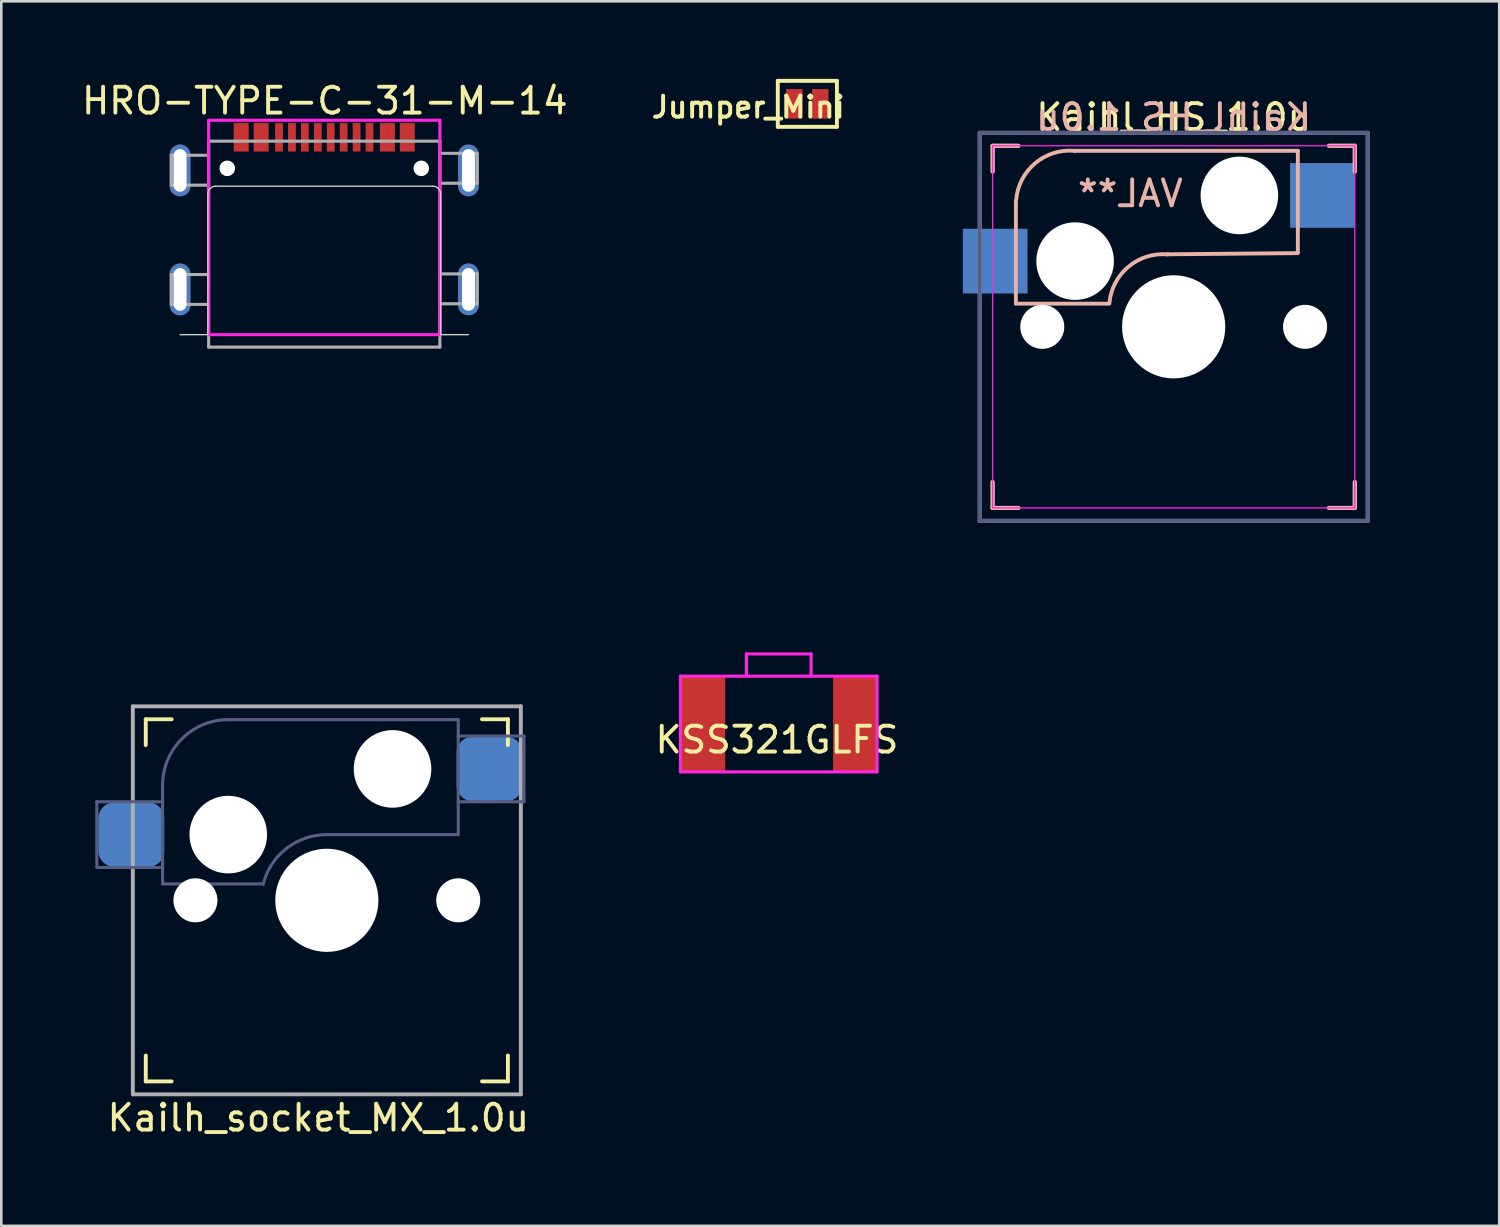
<source format=kicad_pcb>
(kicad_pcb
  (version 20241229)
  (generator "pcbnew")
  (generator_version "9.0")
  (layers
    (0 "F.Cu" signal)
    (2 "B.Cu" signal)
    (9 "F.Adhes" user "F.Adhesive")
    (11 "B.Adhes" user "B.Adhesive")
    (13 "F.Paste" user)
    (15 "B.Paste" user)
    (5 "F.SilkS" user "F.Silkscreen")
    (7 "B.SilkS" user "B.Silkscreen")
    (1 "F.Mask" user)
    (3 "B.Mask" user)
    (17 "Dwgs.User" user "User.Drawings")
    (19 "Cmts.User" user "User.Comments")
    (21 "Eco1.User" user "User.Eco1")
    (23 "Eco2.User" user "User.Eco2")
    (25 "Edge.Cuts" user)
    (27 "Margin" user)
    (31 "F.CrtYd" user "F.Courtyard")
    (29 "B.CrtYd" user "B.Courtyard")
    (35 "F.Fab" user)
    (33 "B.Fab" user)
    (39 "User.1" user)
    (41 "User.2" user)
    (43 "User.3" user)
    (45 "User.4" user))
  (footprint "Kailh_socket_MX_1.0u"
    (layer "F.Cu")
    (at 9.585 31.755)
    (property "Reference" "Kailh_socket_MX_1.0u" (at -0.33 8.41 180) (layer "F.SilkS") (effects (font (size 1 1) (thickness 0.15))))
    (attr through_hole)
    (fp_line (start -7 -7) (end -6 -7) (stroke (width 0.15) (type solid)) (layer "F.SilkS"))
    (fp_line (start -7 -6) (end -7 -7) (stroke (width 0.15) (type solid)) (layer "F.SilkS"))
    (fp_line (start -7 7) (end -7 6) (stroke (width 0.15) (type solid)) (layer "F.SilkS"))
    (fp_line (start -6 7) (end -7 7) (stroke (width 0.15) (type solid)) (layer "F.SilkS"))
    (fp_line (start 6 -7) (end 7 -7) (stroke (width 0.15) (type solid)) (layer "F.SilkS"))
    (fp_line (start 7 -7) (end 7 -6) (stroke (width 0.15) (type solid)) (layer "F.SilkS"))
    (fp_line (start 7 6) (end 7 7) (stroke (width 0.15) (type solid)) (layer "F.SilkS"))
    (fp_line (start 7 7) (end 6 7) (stroke (width 0.15) (type solid)) (layer "F.SilkS"))
    (fp_line (start -7 7) (end -7 -7) (stroke (width 0.1) (type solid)) (layer "Eco1.User"))
    (fp_line (start 7 -7) (end -7 -7) (stroke (width 0.1) (type solid)) (layer "Eco1.User"))
    (fp_line (start 7 7) (end -7 7) (stroke (width 0.1) (type solid)) (layer "Eco1.User"))
    (fp_line (start 7 7) (end 7 -7) (stroke (width 0.1) (type solid)) (layer "Eco1.User"))
    (fp_line (start -9.525 -9.525) (end 9.525 -9.525) (stroke (width 0.12) (type solid)) (layer "Eco2.User"))
    (fp_line (start -9.525 9.525) (end -9.525 -9.525) (stroke (width 0.12) (type solid)) (layer "Eco2.User"))
    (fp_line (start -0.8 4.25) (end 0.8 4.25) (stroke (width 0.12) (type solid)) (layer "Eco2.User"))
    (fp_line (start -0.8 5.85) (end -0.8 4.25) (stroke (width 0.12) (type solid)) (layer "Eco2.User"))
    (fp_line (start 0.8 4.25) (end 0.8 5.85) (stroke (width 0.12) (type solid)) (layer "Eco2.User"))
    (fp_line (start 0.8 5.85) (end -0.8 5.85) (stroke (width 0.12) (type solid)) (layer "Eco2.User"))
    (fp_line (start 9.525 -9.525) (end 9.525 9.525) (stroke (width 0.12) (type solid)) (layer "Eco2.User"))
    (fp_line (start 9.525 9.525) (end -9.525 9.525) (stroke (width 0.12) (type solid)) (layer "Eco2.User"))
    (fp_line (start -8.89 -3.81) (end -8.89 -1.27) (stroke (width 0.12) (type solid)) (layer "B.Fab"))
    (fp_line (start -8.89 -1.27) (end -6.35 -1.27) (stroke (width 0.12) (type solid)) (layer "B.Fab"))
    (fp_line (start -6.35 -4.445) (end -6.35 -0.635) (stroke (width 0.12) (type solid)) (layer "B.Fab"))
    (fp_line (start -6.35 -3.81) (end -8.89 -3.81) (stroke (width 0.12) (type solid)) (layer "B.Fab"))
    (fp_line (start -6.35 -0.635) (end -2.54 -0.635) (stroke (width 0.12) (type solid)) (layer "B.Fab"))
    (fp_line (start 0 -2.54) (end 5.08 -2.54) (stroke (width 0.12) (type solid)) (layer "B.Fab"))
    (fp_line (start 5.08 -6.985) (end -3.81 -6.985) (stroke (width 0.12) (type solid)) (layer "B.Fab"))
    (fp_line (start 5.08 -3.81) (end 7.62 -3.81) (stroke (width 0.12) (type solid)) (layer "B.Fab"))
    (fp_line (start 5.08 -2.54) (end 5.08 -6.985) (stroke (width 0.12) (type solid)) (layer "B.Fab"))
    (fp_line (start 7.62 -6.35) (end 5.08 -6.35) (stroke (width 0.12) (type solid)) (layer "B.Fab"))
    (fp_line (start 7.62 -3.81) (end 7.62 -6.35) (stroke (width 0.12) (type solid)) (layer "B.Fab"))
    (fp_arc (start -6.35 -4.445) (mid -5.606051 -6.241051) (end -3.81 -6.985) (stroke (width 0.12) (type solid)) (layer "B.Fab"))
    (fp_arc (start -2.464162 -0.61604) (mid -1.563147 -2.002042) (end 0 -2.54) (stroke (width 0.12) (type solid)) (layer "B.Fab"))
    (fp_line (start -7.5 -7.5) (end 7.5 -7.5) (stroke (width 0.15) (type solid)) (layer "F.Fab"))
    (fp_line (start -7.5 7.5) (end -7.5 -7.5) (stroke (width 0.15) (type solid)) (layer "F.Fab"))
    (fp_line (start 7.5 -7.5) (end 7.5 7.5) (stroke (width 0.15) (type solid)) (layer "F.Fab"))
    (fp_line (start 7.5 7.5) (end -7.5 7.5) (stroke (width 0.15) (type solid)) (layer "F.Fab"))
    (pad "" np_thru_hole circle (at -5.08 0 180) (size 1.702 1.702) (drill 1.702) (layers "*.Cu" "*.Mask"))
    (pad "" np_thru_hole circle (at -3.81 -2.54 153.5) (size 3 3) (drill 3) (layers "*.Cu" "*.Mask"))
    (pad "" np_thru_hole circle (at 0 0 180) (size 3.988 3.988) (drill 3.988) (layers "*.Cu" "*.Mask"))
    (pad "" np_thru_hole circle (at 2.54 -5.08 206.5) (size 3 3) (drill 3) (layers "*.Cu" "*.Mask"))
    (pad "" np_thru_hole circle (at 5.08 0 180) (size 1.702 1.702) (drill 1.702) (layers "*.Cu" "*.Mask"))
    (pad "1" smd roundrect (at 6.29 -5.08 180) (size 2.55 2.5) (layers "B.Cu" "B.Mask" "B.Paste") (roundrect_rratio 0.25))
    (pad "2" smd roundrect (at -7.56 -2.54 180) (size 2.55 2.5) (layers "B.Cu" "B.Mask" "B.Paste") (roundrect_rratio 0.25)))
  (footprint "HRO-TYPE-C-31-M-14"
    (layer "F.Cu")
    (at 9.486 3.458)
    (property "Reference" "HRO-TYPE-C-31-M-14" (at 0.02 -2.61 180) (layer "F.SilkS") (effects (font (size 1 1) (thickness 0.15))))
    (attr exclude_from_pos_files exclude_from_bom)
    (fp_line (start -4.5 0.99) (end -4.5 6.43) (stroke (width 0.05) (type solid)) (layer "Edge.Cuts"))
    (fp_line (start -4.5 6.43) (end -5.575 6.43) (stroke (width 0.05) (type solid)) (layer "Edge.Cuts"))
    (fp_line (start -4.2 0.69) (end 4.2 0.69) (stroke (width 0.05) (type solid)) (layer "Edge.Cuts"))
    (fp_line (start 4.5 0.99) (end 4.5 6.43) (stroke (width 0.05) (type solid)) (layer "Edge.Cuts"))
    (fp_line (start 5.575 6.43) (end 4.5 6.43) (stroke (width 0.05) (type solid)) (layer "Edge.Cuts"))
    (fp_arc (start -4.5 0.99) (mid -4.412132 0.777868) (end -4.2 0.69) (stroke (width 0.05) (type solid)) (layer "Edge.Cuts"))
    (fp_arc (start 4.2 0.69) (mid 4.412132 0.777868) (end 4.5 0.99) (stroke (width 0.05) (type solid)) (layer "Edge.Cuts"))
    (fp_line (start -4.47 -1.86) (end -4.47 6.43) (stroke (width 0.12) (type solid)) (layer "F.CrtYd"))
    (fp_line (start -4.47 6.43) (end 4.47 6.43) (stroke (width 0.12) (type solid)) (layer "F.CrtYd"))
    (fp_line (start 4.47 -1.86) (end -4.47 -1.86) (stroke (width 0.12) (type solid)) (layer "F.CrtYd"))
    (fp_line (start 4.47 -1.86) (end 4.47 6.43) (stroke (width 0.12) (type solid)) (layer "F.CrtYd"))
    (fp_line (start -5.91 -0.505) (end -5.91 0.65) (stroke (width 0.12) (type solid)) (layer "F.Fab"))
    (fp_line (start -5.91 4.105) (end -5.91 5.26) (stroke (width 0.12) (type solid)) (layer "F.Fab"))
    (fp_line (start -4.47 -0.505) (end -5.91 -0.505) (stroke (width 0.12) (type solid)) (layer "F.Fab"))
    (fp_line (start -4.47 0.65) (end -5.91 0.65) (stroke (width 0.12) (type solid)) (layer "F.Fab"))
    (fp_line (start -4.47 4.105) (end -5.91 4.105) (stroke (width 0.12) (type solid)) (layer "F.Fab"))
    (fp_line (start -4.47 5.26) (end -5.91 5.26) (stroke (width 0.12) (type solid)) (layer "F.Fab"))
    (fp_line (start -4.47 6.91) (end -4.47 -1.05) (stroke (width 0.12) (type solid)) (layer "F.Fab"))
    (fp_line (start -4.47 6.91) (end 4.47 6.91) (stroke (width 0.12) (type solid)) (layer "F.Fab"))
    (fp_line (start 4.47 -1.05) (end -4.47 -1.05) (stroke (width 0.12) (type solid)) (layer "F.Fab"))
    (fp_line (start 4.47 -0.58) (end 5.91 -0.58) (stroke (width 0.12) (type solid)) (layer "F.Fab"))
    (fp_line (start 4.47 0.575) (end 5.91 0.575) (stroke (width 0.12) (type solid)) (layer "F.Fab"))
    (fp_line (start 4.47 4.08) (end 5.91 4.08) (stroke (width 0.12) (type solid)) (layer "F.Fab"))
    (fp_line (start 4.47 5.235) (end 5.91 5.235) (stroke (width 0.12) (type solid)) (layer "F.Fab"))
    (fp_line (start 4.47 6.91) (end 4.47 -1.05) (stroke (width 0.12) (type solid)) (layer "F.Fab"))
    (fp_line (start 5.91 0.575) (end 5.91 -0.58) (stroke (width 0.12) (type solid)) (layer "F.Fab"))
    (fp_line (start 5.91 5.235) (end 5.91 4.08) (stroke (width 0.12) (type solid)) (layer "F.Fab"))
    (pad "" np_thru_hole circle (at -3.75 0) (size 0.6 0.6) (drill 0.6) (layers "*.Cu" "*.Mask"))
    (pad "" np_thru_hole circle (at 3.75 0) (size 0.6 0.6) (drill 0.6) (layers "*.Cu" "*.Mask"))
    (pad "A1" smd rect (at 3.35 -1.2) (size 0.3 1.1) (layers "F.Cu" "F.Mask" "F.Paste"))
    (pad "A4" smd rect (at 2.58 -1.2) (size 0.3 1.1) (layers "F.Cu" "F.Mask" "F.Paste"))
    (pad "A5" smd rect (at 1.25 -1.2) (size 0.3 1.1) (layers "F.Cu" "F.Mask" "F.Paste"))
    (pad "A6" smd rect (at 0.25 -1.2) (size 0.3 1.1) (layers "F.Cu" "F.Mask" "F.Paste"))
    (pad "A7" smd rect (at -0.25 -1.2) (size 0.3 1.1) (layers "F.Cu" "F.Mask" "F.Paste"))
    (pad "A8" smd rect (at -1.25 -1.2) (size 0.3 1.1) (layers "F.Cu" "F.Mask" "F.Paste"))
    (pad "A9" smd rect (at -2.58 -1.2) (size 0.3 1.1) (layers "F.Cu" "F.Mask" "F.Paste"))
    (pad "A12" smd rect (at -3.35 -1.2) (size 0.3 1.1) (layers "F.Cu" "F.Mask" "F.Paste"))
    (pad "B1" smd rect (at -3.07 -1.2) (size 0.3 1.1) (layers "F.Cu" "F.Mask" "F.Paste"))
    (pad "B4" smd rect (at -2.3 -1.2) (size 0.3 1.1) (layers "F.Cu" "F.Mask" "F.Paste"))
    (pad "B5" smd rect (at -1.75 -1.2) (size 0.3 1.1) (layers "F.Cu" "F.Mask" "F.Paste"))
    (pad "B6" smd rect (at -0.75 -1.2) (size 0.3 1.1) (layers "F.Cu" "F.Mask" "F.Paste"))
    (pad "B7" smd rect (at 0.75 -1.2) (size 0.3 1.1) (layers "F.Cu" "F.Mask" "F.Paste"))
    (pad "B8" smd rect (at 1.75 -1.2) (size 0.3 1.1) (layers "F.Cu" "F.Mask" "F.Paste"))
    (pad "B9" smd rect (at 2.3 -1.2) (size 0.3 1.1) (layers "F.Cu" "F.Mask" "F.Paste"))
    (pad "B12" smd rect (at 3.07 -1.2) (size 0.3 1.1) (layers "F.Cu" "F.Mask" "F.Paste"))
    (pad "S1" thru_hole oval (at -5.575 0.08) (size 0.8 2) (drill oval 0.5 1.65) (layers "*.Cu" "*.Mask"))
    (pad "S1" thru_hole oval (at -5.575 4.68) (size 0.8 2) (drill oval 0.5 1.65) (layers "*.Cu" "*.Mask"))
    (pad "S1" thru_hole oval (at 5.575 0.08) (size 0.8 2) (drill oval 0.5 1.65) (layers "*.Cu" "*.Mask"))
    (pad "S1" thru_hole oval (at 5.575 4.68) (size 0.8 2) (drill oval 0.5 1.65) (layers "*.Cu" "*.Mask")))
  (footprint "KSS321GLFS"
    (layer "F.Cu")
    (at 26.985 25.05)
    (property "Reference" "KSS321GLFS" (at 0 0.5 0) (layer "F.SilkS") (effects (font (size 1 1) (thickness 0.15))))
    (attr through_hole)
    (fp_line (start -3.73 -1.96) (end -3.73 1.74) (stroke (width 0.12) (type solid)) (layer "F.CrtYd"))
    (fp_line (start -3.73 -1.96) (end 3.87 -1.96) (stroke (width 0.12) (type solid)) (layer "F.CrtYd"))
    (fp_line (start -3.73 1.74) (end 3.87 1.74) (stroke (width 0.12) (type solid)) (layer "F.CrtYd"))
    (fp_line (start -1.18 -2.82) (end -1.18 -1.96) (stroke (width 0.12) (type solid)) (layer "F.CrtYd"))
    (fp_line (start -1.18 -2.82) (end 1.32 -2.82) (stroke (width 0.12) (type solid)) (layer "F.CrtYd"))
    (fp_line (start 1.32 -2.82) (end 1.32 -1.96) (stroke (width 0.12) (type solid)) (layer "F.CrtYd"))
    (fp_line (start 3.87 -1.96) (end 3.87 1.74) (stroke (width 0.12) (type solid)) (layer "F.CrtYd"))
    (pad "1" smd rect (at -2.85 -0.11 90) (size 3.7 1.7) (layers "F.Cu" "F.Mask" "F.Paste"))
    (pad "2" smd rect (at 3.02 -0.11 90) (size 3.7 1.7) (layers "F.Cu" "F.Mask" "F.Paste")))
  (footprint "Kaihl_HS_1.0u"
    (layer "F.Cu")
    (at 42.323 9.585)
    (property "Reference" "Kaihl_HS_1.0u" (at 0 -8.103 0) (layer "F.SilkS") (effects (font (size 1 1) (thickness 0.15))))
    (property "Value" "VAL**" (at -1.676 -5.156 0) (layer "F.SilkS") (hide yes) (effects (font (size 1 1) (thickness 0.15))))
    (attr through_hole)
    (fp_line (start -7 -7) (end -6 -7) (stroke (width 0.15) (type solid)) (layer "F.SilkS"))
    (fp_line (start -7 -6) (end -7 -7) (stroke (width 0.15) (type solid)) (layer "F.SilkS"))
    (fp_line (start -7 7) (end -7 6) (stroke (width 0.15) (type solid)) (layer "F.SilkS"))
    (fp_line (start -6 7) (end -7 7) (stroke (width 0.15) (type solid)) (layer "F.SilkS"))
    (fp_line (start 6 -7) (end 7 -7) (stroke (width 0.15) (type solid)) (layer "F.SilkS"))
    (fp_line (start 7 -7) (end 7 -6) (stroke (width 0.15) (type solid)) (layer "F.SilkS"))
    (fp_line (start 7 6) (end 7 7) (stroke (width 0.15) (type solid)) (layer "F.SilkS"))
    (fp_line (start 7 7) (end 6 7) (stroke (width 0.15) (type solid)) (layer "F.SilkS"))
    (fp_line (start -7 -7) (end -6 -7) (stroke (width 0.15) (type solid)) (layer "B.SilkS"))
    (fp_line (start -7 -6) (end -7 -7) (stroke (width 0.15) (type solid)) (layer "B.SilkS"))
    (fp_line (start -7 7) (end -7 6) (stroke (width 0.15) (type solid)) (layer "B.SilkS"))
    (fp_line (start -6.1 -4.85) (end -6.1 -0.905) (stroke (width 0.15) (type solid)) (layer "B.SilkS"))
    (fp_line (start -6.1 -0.896) (end -2.49 -0.896) (stroke (width 0.15) (type solid)) (layer "B.SilkS"))
    (fp_line (start -6 7) (end -7 7) (stroke (width 0.15) (type solid)) (layer "B.SilkS"))
    (fp_line (start 4.8 -6.804) (end -3.825 -6.804) (stroke (width 0.15) (type solid)) (layer "B.SilkS"))
    (fp_line (start 4.8 -2.896) (end 4.8 -6.804) (stroke (width 0.15) (type solid)) (layer "B.SilkS"))
    (fp_line (start 4.8 -2.85) (end -0.25 -2.804) (stroke (width 0.15) (type solid)) (layer "B.SilkS"))
    (fp_line (start 6 -7) (end 7 -7) (stroke (width 0.15) (type solid)) (layer "B.SilkS"))
    (fp_line (start 7 -7) (end 7 -6) (stroke (width 0.15) (type solid)) (layer "B.SilkS"))
    (fp_line (start 7 6) (end 7 7) (stroke (width 0.15) (type solid)) (layer "B.SilkS"))
    (fp_line (start 7 7) (end 6 7) (stroke (width 0.15) (type solid)) (layer "B.SilkS"))
    (fp_arc (start -6.089 -4.92) (mid -5.347189 -6.33089) (end -3.825 -6.804) (stroke (width 0.15) (type solid)) (layer "B.SilkS"))
    (fp_arc (start -2.484999 -0.920001) (mid -1.74436 -2.328062) (end -0.225 -2.8) (stroke (width 0.15) (type solid)) (layer "B.SilkS"))
    (fp_line (start -7 7) (end -7 -7) (stroke (width 0.1) (type solid)) (layer "Eco1.User"))
    (fp_line (start 7 -7) (end -7 -7) (stroke (width 0.1) (type solid)) (layer "Eco1.User"))
    (fp_line (start 7 7) (end -7 7) (stroke (width 0.1) (type solid)) (layer "Eco1.User"))
    (fp_line (start 7 7) (end 7 -7) (stroke (width 0.1) (type solid)) (layer "Eco1.User"))
    (fp_line (start -9.525 -9.525) (end 9.525 -9.525) (stroke (width 0.12) (type solid)) (layer "Eco2.User"))
    (fp_line (start -9.525 9.525) (end -9.525 -9.525) (stroke (width 0.12) (type solid)) (layer "Eco2.User"))
    (fp_line (start -0.8 4.25) (end 0.8 4.25) (stroke (width 0.12) (type solid)) (layer "Eco2.User"))
    (fp_line (start -0.8 5.85) (end -0.8 4.25) (stroke (width 0.12) (type solid)) (layer "Eco2.User"))
    (fp_line (start 0.8 4.25) (end 0.8 5.85) (stroke (width 0.12) (type solid)) (layer "Eco2.User"))
    (fp_line (start 0.8 5.85) (end -0.8 5.85) (stroke (width 0.12) (type solid)) (layer "Eco2.User"))
    (fp_line (start 9.525 -9.525) (end 9.525 9.525) (stroke (width 0.12) (type solid)) (layer "Eco2.User"))
    (fp_line (start 9.525 9.525) (end -9.525 9.525) (stroke (width 0.12) (type solid)) (layer "Eco2.User"))
    (fp_line (start -7 -7) (end 7 -7) (stroke (width 0.05) (type solid)) (layer "F.CrtYd"))
    (fp_line (start -7 7) (end -7 -7) (stroke (width 0.05) (type solid)) (layer "F.CrtYd"))
    (fp_line (start 7 -7) (end 7 7) (stroke (width 0.05) (type solid)) (layer "F.CrtYd"))
    (fp_line (start 7 7) (end -7 7) (stroke (width 0.05) (type solid)) (layer "F.CrtYd"))
    (fp_line (start -7.5 -7.5) (end 7.5 -7.5) (stroke (width 0.15) (type solid)) (layer "B.Fab"))
    (fp_line (start -7.5 7.5) (end -7.5 -7.5) (stroke (width 0.15) (type solid)) (layer "B.Fab"))
    (fp_line (start 7.5 -7.5) (end 7.5 7.5) (stroke (width 0.15) (type solid)) (layer "B.Fab"))
    (fp_line (start 7.5 7.5) (end -7.5 7.5) (stroke (width 0.15) (type solid)) (layer "B.Fab"))
    (fp_line (start -7.5 -7.5) (end 7.5 -7.5) (stroke (width 0.15) (type solid)) (layer "F.Fab"))
    (fp_line (start -7.5 7.5) (end -7.5 -7.5) (stroke (width 0.15) (type solid)) (layer "F.Fab"))
    (fp_line (start 7.5 -7.5) (end 7.5 7.5) (stroke (width 0.15) (type solid)) (layer "F.Fab"))
    (fp_line (start 7.5 7.5) (end -7.5 7.5) (stroke (width 0.15) (type solid)) (layer "F.Fab"))
    (fp_text user "${VALUE}" (at -1.676 -5.156 180) (layer "B.SilkS") (effects (font (size 1 1) (thickness 0.15)) (justify mirror)))
    (fp_text user "${REFERENCE}" (at 0 -8.103 0) (layer "B.SilkS") (effects (font (size 1 1) (thickness 0.15)) (justify mirror)))
    (pad "" np_thru_hole circle (at -5.08 0 180) (size 1.702 1.702) (drill 1.702) (layers "*.Cu" "*.Mask"))
    (pad "" np_thru_hole circle (at -3.81 -2.54 153.5) (size 3 3) (drill 3) (layers "*.Cu" "*.Mask"))
    (pad "" np_thru_hole circle (at 0 0 180) (size 3.988 3.988) (drill 3.988) (layers "*.Cu" "*.Mask"))
    (pad "" np_thru_hole circle (at 2.54 -5.08 206.5) (size 3 3) (drill 3) (layers "*.Cu" "*.Mask"))
    (pad "" np_thru_hole circle (at 5.08 0 180) (size 1.702 1.702) (drill 1.702) (layers "*.Cu" "*.Mask"))
    (pad "1" smd rect (at -6.9 -2.54 180) (size 2.5 2.5) (layers "B.Cu" "B.Mask" "B.Paste"))
    (pad "2" smd rect (at 5.75 -5.08 180) (size 2.5 2.5) (layers "B.Cu" "B.Mask" "B.Paste")))
  (footprint "Jumper_Mini"
    (layer "F.Cu")
    (at 28.161 0.964)
    (property "Reference" "Jumper_Mini" (at -2.286 0.127 0) (layer "F.SilkS") (effects (font (size 0.813 0.813) (thickness 0.152))))
    (attr smd)
    (fp_line (start -1.143 -0.889) (end 1.143 -0.889) (stroke (width 0.15) (type solid)) (layer "F.SilkS"))
    (fp_line (start -1.143 0.889) (end -1.143 -0.889) (stroke (width 0.15) (type solid)) (layer "F.SilkS"))
    (fp_line (start 1.143 -0.889) (end 1.143 0.889) (stroke (width 0.15) (type solid)) (layer "F.SilkS"))
    (fp_line (start 1.143 0.889) (end -1.143 0.889) (stroke (width 0.15) (type solid)) (layer "F.SilkS"))
    (pad "1" smd rect (at -0.5 0) (size 0.635 1.143) (layers "F.Cu" "F.Mask" "F.Paste"))
    (pad "2" smd rect (at 0.5 0) (size 0.635 1.143) (layers "F.Cu" "F.Mask" "F.Paste")))
  (gr_rect
    (start -3 -3)
    (end 54.908 44.34)
    (stroke (width 0.1) (type default))
    (fill no)
    (layer "Edge.Cuts")))
</source>
